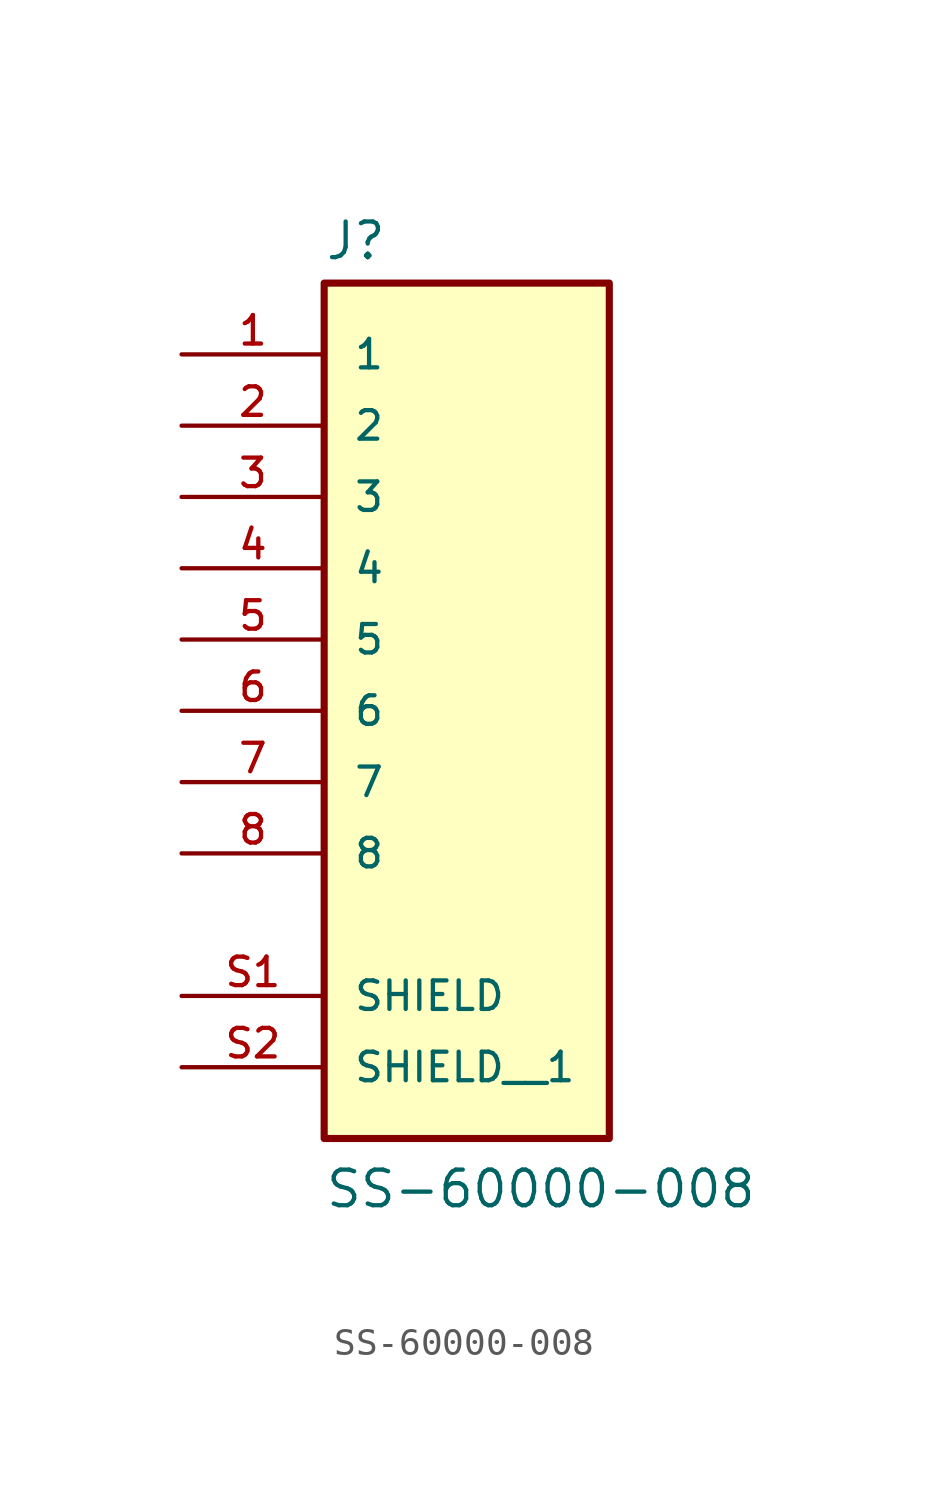
<source format=kicad_sym>
(kicad_symbol_lib
  (version 20211014)
  (generator kicad_symbol_editor)
  (symbol "SS-60000-008"
    (pin_names
      (offset 1.016))
    (property "Reference" "J"
      (at -5.08 13.462 0)
      (effects (font (size 1.27 1.27)) (justify bottom left)))
    (property "Value" "SS-60000-008"
      (at -5.08 -20.32 0)
      (effects (font (size 1.27 1.27)) (justify bottom left)))
    (symbol "SS-60000-008_0_0"
      (rectangle (start -5.08 -17.78) (end 5.08 12.7) (stroke (width 0.254)) (fill (type background)))
      (pin passive line (at -10.16 10.16 0) (length 5.08) (name "1" (effects (font (size 1.016 1.016)))) (number "1" (effects (font (size 1.016 1.016)))))
      (pin passive line (at -10.16 7.62 0) (length 5.08) (name "2" (effects (font (size 1.016 1.016)))) (number "2" (effects (font (size 1.016 1.016)))))
      (pin passive line (at -10.16 5.08 0) (length 5.08) (name "3" (effects (font (size 1.016 1.016)))) (number "3" (effects (font (size 1.016 1.016)))))
      (pin passive line (at -10.16 2.54 0) (length 5.08) (name "4" (effects (font (size 1.016 1.016)))) (number "4" (effects (font (size 1.016 1.016)))))
      (pin passive line (at -10.16 0.0 0) (length 5.08) (name "5" (effects (font (size 1.016 1.016)))) (number "5" (effects (font (size 1.016 1.016)))))
      (pin passive line (at -10.16 -2.54 0) (length 5.08) (name "6" (effects (font (size 1.016 1.016)))) (number "6" (effects (font (size 1.016 1.016)))))
      (pin passive line (at -10.16 -5.08 0) (length 5.08) (name "7" (effects (font (size 1.016 1.016)))) (number "7" (effects (font (size 1.016 1.016)))))
      (pin passive line (at -10.16 -7.62 0) (length 5.08) (name "8" (effects (font (size 1.016 1.016)))) (number "8" (effects (font (size 1.016 1.016)))))
      (pin passive line (at -10.16 -12.7 0) (length 5.08) (name "SHIELD" (effects (font (size 1.016 1.016)))) (number "S1" (effects (font (size 1.016 1.016)))))
      (pin passive line (at -10.16 -15.24 0) (length 5.08) (name "SHIELD__1" (effects (font (size 1.016 1.016)))) (number "S2" (effects (font (size 1.016 1.016))))))))
</source>
